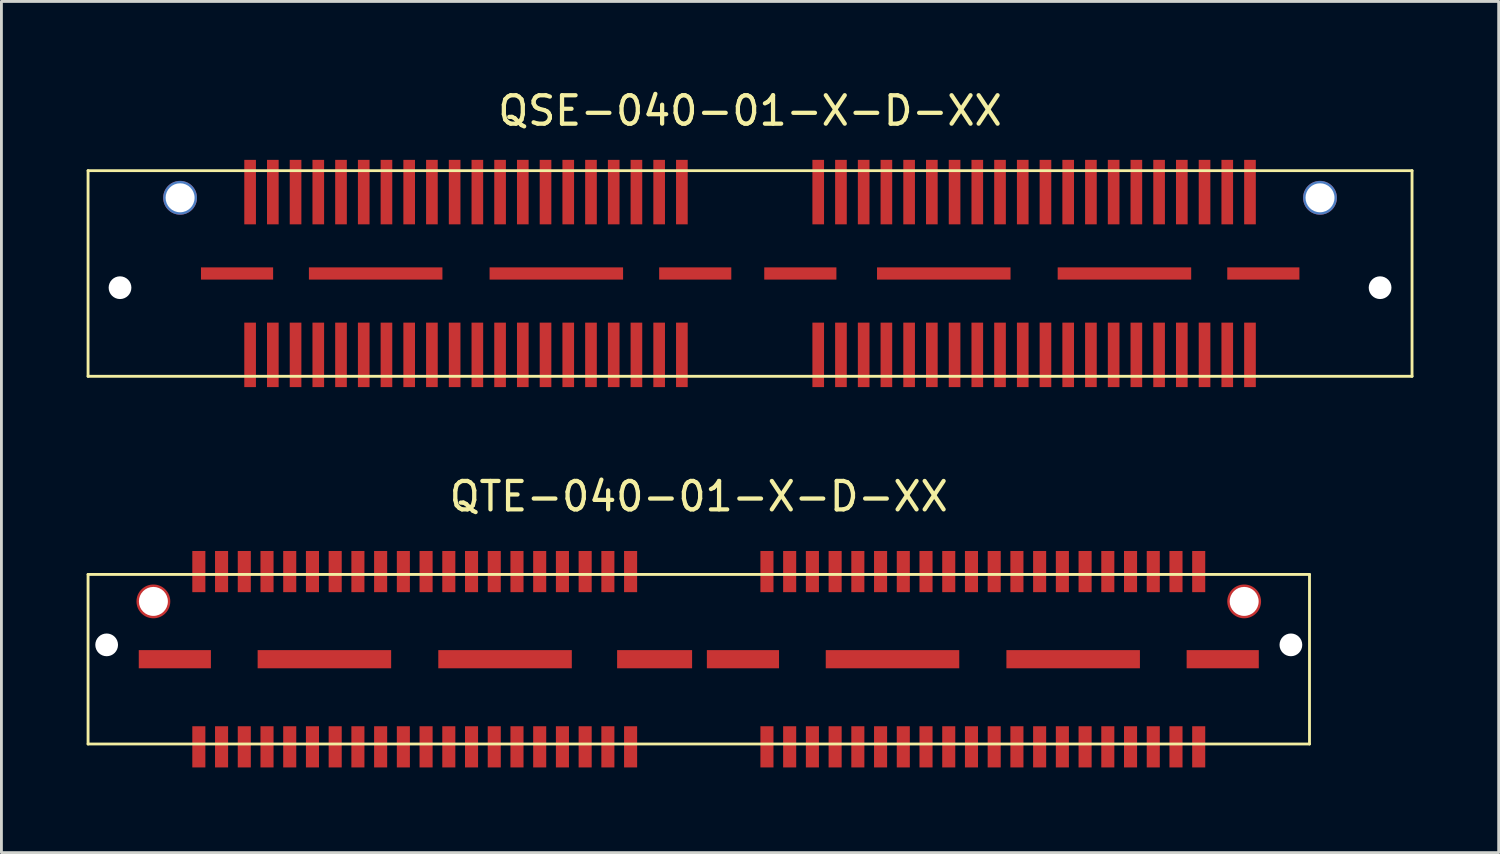
<source format=kicad_pcb>
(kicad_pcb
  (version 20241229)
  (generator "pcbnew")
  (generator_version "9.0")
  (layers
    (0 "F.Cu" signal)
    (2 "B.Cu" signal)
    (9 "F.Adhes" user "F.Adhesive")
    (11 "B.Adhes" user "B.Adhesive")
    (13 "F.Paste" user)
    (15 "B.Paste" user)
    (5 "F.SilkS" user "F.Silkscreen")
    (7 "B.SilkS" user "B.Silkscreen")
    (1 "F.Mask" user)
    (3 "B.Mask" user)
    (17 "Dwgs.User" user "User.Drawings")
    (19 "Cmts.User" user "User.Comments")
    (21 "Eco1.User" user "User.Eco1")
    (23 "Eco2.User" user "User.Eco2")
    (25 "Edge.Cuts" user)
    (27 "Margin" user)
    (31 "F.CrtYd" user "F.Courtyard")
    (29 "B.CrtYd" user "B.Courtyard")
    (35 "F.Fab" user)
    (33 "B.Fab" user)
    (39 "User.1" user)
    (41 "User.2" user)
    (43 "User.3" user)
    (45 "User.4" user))
  (footprint "QSE-040-01-X-D-XX"
    (layer "F.Cu")
    (at 23.355 6.578)
    (property "Reference" "QSE-040-01-X-D-XX" (at 0 -5.73 0) (layer "F.SilkS") (effects (font (size 1 1) (thickness 0.15))))
    (attr through_hole)
    (fp_line (start -23.305 -3.62) (end -23.305 3.62) (stroke (width 0.1) (type solid)) (layer "F.SilkS"))
    (fp_line (start -23.305 -3.62) (end 23.305 -3.62) (stroke (width 0.1) (type solid)) (layer "F.SilkS"))
    (fp_line (start 23.305 -3.62) (end 23.305 3.62) (stroke (width 0.1) (type solid)) (layer "F.SilkS"))
    (fp_line (start 23.305 3.62) (end -23.305 3.62) (stroke (width 0.1) (type solid)) (layer "F.SilkS"))
    (pad "" np_thru_hole circle (at -22.18 0.5) (size 0.8 0.8) (drill 0.8) (layers "*.Cu" "*.Mask"))
    (pad "" np_thru_hole circle (at -20.065 -2.665) (size 1.19 1.19) (drill 1.02) (layers "*.Cu" "*.Mask"))
    (pad "" np_thru_hole circle (at 20.065 -2.665) (size 1.19 1.19) (drill 1.02) (layers "*.Cu" "*.Mask"))
    (pad "" np_thru_hole circle (at 22.18 0.5) (size 0.8 0.8) (drill 0.8) (layers "*.Cu" "*.Mask"))
    (pad "1" smd rect (at -17.6 2.865) (size 0.41 2.27) (layers "F.Cu" "F.Mask" "F.Paste"))
    (pad "2" smd rect (at -17.6 -2.865) (size 0.41 2.27) (layers "F.Cu" "F.Mask" "F.Paste"))
    (pad "3" smd rect (at -16.8 2.865) (size 0.41 2.27) (layers "F.Cu" "F.Mask" "F.Paste"))
    (pad "4" smd rect (at -16.8 -2.865) (size 0.41 2.27) (layers "F.Cu" "F.Mask" "F.Paste"))
    (pad "5" smd rect (at -16 2.865) (size 0.41 2.27) (layers "F.Cu" "F.Mask" "F.Paste"))
    (pad "6" smd rect (at -16 -2.865) (size 0.41 2.27) (layers "F.Cu" "F.Mask" "F.Paste"))
    (pad "7" smd rect (at -15.2 2.865) (size 0.41 2.27) (layers "F.Cu" "F.Mask" "F.Paste"))
    (pad "8" smd rect (at -15.2 -2.865) (size 0.41 2.27) (layers "F.Cu" "F.Mask" "F.Paste"))
    (pad "9" smd rect (at -14.4 2.865) (size 0.41 2.27) (layers "F.Cu" "F.Mask" "F.Paste"))
    (pad "10" smd rect (at -14.4 -2.865) (size 0.41 2.27) (layers "F.Cu" "F.Mask" "F.Paste"))
    (pad "11" smd rect (at -13.6 2.865) (size 0.41 2.27) (layers "F.Cu" "F.Mask" "F.Paste"))
    (pad "12" smd rect (at -13.6 -2.865) (size 0.41 2.27) (layers "F.Cu" "F.Mask" "F.Paste"))
    (pad "13" smd rect (at -12.8 2.865) (size 0.41 2.27) (layers "F.Cu" "F.Mask" "F.Paste"))
    (pad "14" smd rect (at -12.8 -2.865) (size 0.41 2.27) (layers "F.Cu" "F.Mask" "F.Paste"))
    (pad "15" smd rect (at -12 2.865) (size 0.41 2.27) (layers "F.Cu" "F.Mask" "F.Paste"))
    (pad "16" smd rect (at -12 -2.865) (size 0.41 2.27) (layers "F.Cu" "F.Mask" "F.Paste"))
    (pad "17" smd rect (at -11.2 2.865) (size 0.41 2.27) (layers "F.Cu" "F.Mask" "F.Paste"))
    (pad "18" smd rect (at -11.2 -2.865) (size 0.41 2.27) (layers "F.Cu" "F.Mask" "F.Paste"))
    (pad "19" smd rect (at -10.4 2.865) (size 0.41 2.27) (layers "F.Cu" "F.Mask" "F.Paste"))
    (pad "20" smd rect (at -10.4 -2.865) (size 0.41 2.27) (layers "F.Cu" "F.Mask" "F.Paste"))
    (pad "21" smd rect (at -9.6 2.865) (size 0.41 2.27) (layers "F.Cu" "F.Mask" "F.Paste"))
    (pad "22" smd rect (at -9.6 -2.865) (size 0.41 2.27) (layers "F.Cu" "F.Mask" "F.Paste"))
    (pad "23" smd rect (at -8.8 2.865) (size 0.41 2.27) (layers "F.Cu" "F.Mask" "F.Paste"))
    (pad "24" smd rect (at -8.8 -2.865) (size 0.41 2.27) (layers "F.Cu" "F.Mask" "F.Paste"))
    (pad "25" smd rect (at -8 2.865) (size 0.41 2.27) (layers "F.Cu" "F.Mask" "F.Paste"))
    (pad "26" smd rect (at -8 -2.865) (size 0.41 2.27) (layers "F.Cu" "F.Mask" "F.Paste"))
    (pad "27" smd rect (at -7.2 2.865) (size 0.41 2.27) (layers "F.Cu" "F.Mask" "F.Paste"))
    (pad "28" smd rect (at -7.2 -2.865) (size 0.41 2.27) (layers "F.Cu" "F.Mask" "F.Paste"))
    (pad "29" smd rect (at -6.4 2.865) (size 0.41 2.27) (layers "F.Cu" "F.Mask" "F.Paste"))
    (pad "30" smd rect (at -6.4 -2.865) (size 0.41 2.27) (layers "F.Cu" "F.Mask" "F.Paste"))
    (pad "31" smd rect (at -5.6 2.865) (size 0.41 2.27) (layers "F.Cu" "F.Mask" "F.Paste"))
    (pad "32" smd rect (at -5.6 -2.865) (size 0.41 2.27) (layers "F.Cu" "F.Mask" "F.Paste"))
    (pad "33" smd rect (at -4.8 2.865) (size 0.41 2.27) (layers "F.Cu" "F.Mask" "F.Paste"))
    (pad "34" smd rect (at -4.8 -2.865) (size 0.41 2.27) (layers "F.Cu" "F.Mask" "F.Paste"))
    (pad "35" smd rect (at -4 2.865) (size 0.41 2.27) (layers "F.Cu" "F.Mask" "F.Paste"))
    (pad "36" smd rect (at -4 -2.865) (size 0.41 2.27) (layers "F.Cu" "F.Mask" "F.Paste"))
    (pad "37" smd rect (at -3.2 2.865) (size 0.41 2.27) (layers "F.Cu" "F.Mask" "F.Paste"))
    (pad "38" smd rect (at -3.2 -2.865) (size 0.41 2.27) (layers "F.Cu" "F.Mask" "F.Paste"))
    (pad "39" smd rect (at -2.4 2.865) (size 0.41 2.27) (layers "F.Cu" "F.Mask" "F.Paste"))
    (pad "40" smd rect (at -2.4 -2.865) (size 0.41 2.27) (layers "F.Cu" "F.Mask" "F.Paste"))
    (pad "41" smd rect (at 2.4 2.865) (size 0.41 2.27) (layers "F.Cu" "F.Mask" "F.Paste"))
    (pad "42" smd rect (at 2.4 -2.865) (size 0.41 2.27) (layers "F.Cu" "F.Mask" "F.Paste"))
    (pad "43" smd rect (at 3.2 2.865) (size 0.41 2.27) (layers "F.Cu" "F.Mask" "F.Paste"))
    (pad "44" smd rect (at 3.2 -2.865) (size 0.41 2.27) (layers "F.Cu" "F.Mask" "F.Paste"))
    (pad "45" smd rect (at 4 2.865) (size 0.41 2.27) (layers "F.Cu" "F.Mask" "F.Paste"))
    (pad "46" smd rect (at 4 -2.865) (size 0.41 2.27) (layers "F.Cu" "F.Mask" "F.Paste"))
    (pad "47" smd rect (at 4.8 2.865) (size 0.41 2.27) (layers "F.Cu" "F.Mask" "F.Paste"))
    (pad "48" smd rect (at 4.8 -2.865) (size 0.41 2.27) (layers "F.Cu" "F.Mask" "F.Paste"))
    (pad "49" smd rect (at 5.6 2.865) (size 0.41 2.27) (layers "F.Cu" "F.Mask" "F.Paste"))
    (pad "50" smd rect (at 5.6 -2.865) (size 0.41 2.27) (layers "F.Cu" "F.Mask" "F.Paste"))
    (pad "51" smd rect (at 6.4 2.865) (size 0.41 2.27) (layers "F.Cu" "F.Mask" "F.Paste"))
    (pad "52" smd rect (at 6.4 -2.865) (size 0.41 2.27) (layers "F.Cu" "F.Mask" "F.Paste"))
    (pad "53" smd rect (at 7.2 2.865) (size 0.41 2.27) (layers "F.Cu" "F.Mask" "F.Paste"))
    (pad "54" smd rect (at 7.2 -2.865) (size 0.41 2.27) (layers "F.Cu" "F.Mask" "F.Paste"))
    (pad "55" smd rect (at 8 2.865) (size 0.41 2.27) (layers "F.Cu" "F.Mask" "F.Paste"))
    (pad "56" smd rect (at 8 -2.865) (size 0.41 2.27) (layers "F.Cu" "F.Mask" "F.Paste"))
    (pad "57" smd rect (at 8.8 2.865) (size 0.41 2.27) (layers "F.Cu" "F.Mask" "F.Paste"))
    (pad "58" smd rect (at 8.8 -2.865) (size 0.41 2.27) (layers "F.Cu" "F.Mask" "F.Paste"))
    (pad "59" smd rect (at 9.6 2.865) (size 0.41 2.27) (layers "F.Cu" "F.Mask" "F.Paste"))
    (pad "60" smd rect (at 9.6 -2.865) (size 0.41 2.27) (layers "F.Cu" "F.Mask" "F.Paste"))
    (pad "61" smd rect (at 10.4 2.865) (size 0.41 2.27) (layers "F.Cu" "F.Mask" "F.Paste"))
    (pad "62" smd rect (at 10.4 -2.865) (size 0.41 2.27) (layers "F.Cu" "F.Mask" "F.Paste"))
    (pad "63" smd rect (at 11.2 2.865) (size 0.41 2.27) (layers "F.Cu" "F.Mask" "F.Paste"))
    (pad "64" smd rect (at 11.2 -2.865) (size 0.41 2.27) (layers "F.Cu" "F.Mask" "F.Paste"))
    (pad "65" smd rect (at 12 2.865) (size 0.41 2.27) (layers "F.Cu" "F.Mask" "F.Paste"))
    (pad "66" smd rect (at 12 -2.865) (size 0.41 2.27) (layers "F.Cu" "F.Mask" "F.Paste"))
    (pad "67" smd rect (at 12.8 2.865) (size 0.41 2.27) (layers "F.Cu" "F.Mask" "F.Paste"))
    (pad "68" smd rect (at 12.8 -2.865) (size 0.41 2.27) (layers "F.Cu" "F.Mask" "F.Paste"))
    (pad "69" smd rect (at 13.6 2.865) (size 0.41 2.27) (layers "F.Cu" "F.Mask" "F.Paste"))
    (pad "70" smd rect (at 13.6 -2.865) (size 0.41 2.27) (layers "F.Cu" "F.Mask" "F.Paste"))
    (pad "71" smd rect (at 14.4 2.865) (size 0.41 2.27) (layers "F.Cu" "F.Mask" "F.Paste"))
    (pad "72" smd rect (at 14.4 -2.865) (size 0.41 2.27) (layers "F.Cu" "F.Mask" "F.Paste"))
    (pad "73" smd rect (at 15.2 2.865) (size 0.41 2.27) (layers "F.Cu" "F.Mask" "F.Paste"))
    (pad "74" smd rect (at 15.2 -2.865) (size 0.41 2.27) (layers "F.Cu" "F.Mask" "F.Paste"))
    (pad "75" smd rect (at 16 2.865) (size 0.41 2.27) (layers "F.Cu" "F.Mask" "F.Paste"))
    (pad "76" smd rect (at 16 -2.865) (size 0.41 2.27) (layers "F.Cu" "F.Mask" "F.Paste"))
    (pad "77" smd rect (at 16.8 2.865) (size 0.41 2.27) (layers "F.Cu" "F.Mask" "F.Paste"))
    (pad "78" smd rect (at 16.8 -2.865) (size 0.41 2.27) (layers "F.Cu" "F.Mask" "F.Paste"))
    (pad "79" smd rect (at 17.6 2.865) (size 0.41 2.27) (layers "F.Cu" "F.Mask" "F.Paste"))
    (pad "80" smd rect (at 17.6 -2.865) (size 0.41 2.27) (layers "F.Cu" "F.Mask" "F.Paste"))
    (pad "S" smd rect (at -18.06 0) (size 2.54 0.43) (layers "F.Cu" "F.Mask" "F.Paste"))
    (pad "S" smd rect (at -13.18 0) (size 4.7 0.43) (layers "F.Cu" "F.Mask" "F.Paste"))
    (pad "S" smd rect (at -6.82 0) (size 4.7 0.43) (layers "F.Cu" "F.Mask" "F.Paste"))
    (pad "S" smd rect (at -1.93 0) (size 2.54 0.43) (layers "F.Cu" "F.Mask" "F.Paste"))
    (pad "S" smd rect (at 1.77 0) (size 2.54 0.43) (layers "F.Cu" "F.Mask" "F.Paste"))
    (pad "S" smd rect (at 6.82 0) (size 4.7 0.43) (layers "F.Cu" "F.Mask" "F.Paste"))
    (pad "S" smd rect (at 13.18 0) (size 4.7 0.43) (layers "F.Cu" "F.Mask" "F.Paste"))
    (pad "S" smd rect (at 18.07 0) (size 2.54 0.43) (layers "F.Cu" "F.Mask" "F.Paste")))
  (footprint "QTE-040-01-X-D-XX"
    (layer "F.Cu")
    (at 21.55 20.157)
    (property "Reference" "QTE-040-01-X-D-XX" (at 0 -5.73 0) (layer "F.SilkS") (effects (font (size 1 1) (thickness 0.15))))
    (attr through_hole)
    (fp_line (start -21.5 -2.985) (end -21.5 2.985) (stroke (width 0.1) (type solid)) (layer "F.SilkS"))
    (fp_line (start -21.5 -2.985) (end 21.5 -2.985) (stroke (width 0.1) (type solid)) (layer "F.SilkS"))
    (fp_line (start 21.5 -2.985) (end 21.5 2.985) (stroke (width 0.1) (type solid)) (layer "F.SilkS"))
    (fp_line (start 21.5 2.985) (end -21.5 2.985) (stroke (width 0.1) (type solid)) (layer "F.SilkS"))
    (pad "" np_thru_hole circle (at -20.845 -0.505) (size 0.8 0.8) (drill 0.8) (layers "*.Mask" "F.Cu"))
    (pad "" np_thru_hole circle (at -19.2 -2.035) (size 1.19 1.19) (drill 1.02) (layers "*.Mask" "F.Cu"))
    (pad "" np_thru_hole circle (at 19.2 -2.035) (size 1.19 1.19) (drill 1.02) (layers "*.Mask" "F.Cu"))
    (pad "" np_thru_hole circle (at 20.845 -0.505) (size 0.8 0.8) (drill 0.8) (layers "*.Mask" "F.Cu"))
    (pad "1" smd rect (at -17.6 -3.085) (size 0.46 1.45) (layers "F.Cu" "F.Mask" "F.Paste"))
    (pad "2" smd rect (at -17.6 3.085) (size 0.46 1.45) (layers "F.Cu" "F.Mask" "F.Paste"))
    (pad "3" smd rect (at -16.8 -3.085) (size 0.46 1.45) (layers "F.Cu" "F.Mask" "F.Paste"))
    (pad "4" smd rect (at -16.8 3.085) (size 0.46 1.45) (layers "F.Cu" "F.Mask" "F.Paste"))
    (pad "5" smd rect (at -16 -3.085) (size 0.46 1.45) (layers "F.Cu" "F.Mask" "F.Paste"))
    (pad "6" smd rect (at -16 3.085) (size 0.46 1.45) (layers "F.Cu" "F.Mask" "F.Paste"))
    (pad "7" smd rect (at -15.2 -3.085) (size 0.46 1.45) (layers "F.Cu" "F.Mask" "F.Paste"))
    (pad "8" smd rect (at -15.2 3.085) (size 0.46 1.45) (layers "F.Cu" "F.Mask" "F.Paste"))
    (pad "9" smd rect (at -14.4 -3.085) (size 0.46 1.45) (layers "F.Cu" "F.Mask" "F.Paste"))
    (pad "10" smd rect (at -14.4 3.085) (size 0.46 1.45) (layers "F.Cu" "F.Mask" "F.Paste"))
    (pad "11" smd rect (at -13.6 -3.085) (size 0.46 1.45) (layers "F.Cu" "F.Mask" "F.Paste"))
    (pad "12" smd rect (at -13.6 3.085) (size 0.46 1.45) (layers "F.Cu" "F.Mask" "F.Paste"))
    (pad "13" smd rect (at -12.8 -3.085) (size 0.46 1.45) (layers "F.Cu" "F.Mask" "F.Paste"))
    (pad "14" smd rect (at -12.8 3.085) (size 0.46 1.45) (layers "F.Cu" "F.Mask" "F.Paste"))
    (pad "15" smd rect (at -12 -3.085) (size 0.46 1.45) (layers "F.Cu" "F.Mask" "F.Paste"))
    (pad "16" smd rect (at -12 3.085) (size 0.46 1.45) (layers "F.Cu" "F.Mask" "F.Paste"))
    (pad "17" smd rect (at -11.2 -3.085) (size 0.46 1.45) (layers "F.Cu" "F.Mask" "F.Paste"))
    (pad "18" smd rect (at -11.2 3.085) (size 0.46 1.45) (layers "F.Cu" "F.Mask" "F.Paste"))
    (pad "19" smd rect (at -10.4 -3.085) (size 0.46 1.45) (layers "F.Cu" "F.Mask" "F.Paste"))
    (pad "20" smd rect (at -10.4 3.085) (size 0.46 1.45) (layers "F.Cu" "F.Mask" "F.Paste"))
    (pad "21" smd rect (at -9.6 -3.085) (size 0.46 1.45) (layers "F.Cu" "F.Mask" "F.Paste"))
    (pad "22" smd rect (at -9.6 3.085) (size 0.46 1.45) (layers "F.Cu" "F.Mask" "F.Paste"))
    (pad "23" smd rect (at -8.8 -3.085) (size 0.46 1.45) (layers "F.Cu" "F.Mask" "F.Paste"))
    (pad "24" smd rect (at -8.8 3.085) (size 0.46 1.45) (layers "F.Cu" "F.Mask" "F.Paste"))
    (pad "25" smd rect (at -8 -3.085) (size 0.46 1.45) (layers "F.Cu" "F.Mask" "F.Paste"))
    (pad "26" smd rect (at -8 3.085) (size 0.46 1.45) (layers "F.Cu" "F.Mask" "F.Paste"))
    (pad "27" smd rect (at -7.2 -3.085) (size 0.46 1.45) (layers "F.Cu" "F.Mask" "F.Paste"))
    (pad "28" smd rect (at -7.2 3.085) (size 0.46 1.45) (layers "F.Cu" "F.Mask" "F.Paste"))
    (pad "29" smd rect (at -6.4 -3.085) (size 0.46 1.45) (layers "F.Cu" "F.Mask" "F.Paste"))
    (pad "30" smd rect (at -6.4 3.085) (size 0.46 1.45) (layers "F.Cu" "F.Mask" "F.Paste"))
    (pad "31" smd rect (at -5.6 -3.085) (size 0.46 1.45) (layers "F.Cu" "F.Mask" "F.Paste"))
    (pad "32" smd rect (at -5.6 3.085) (size 0.46 1.45) (layers "F.Cu" "F.Mask" "F.Paste"))
    (pad "33" smd rect (at -4.8 -3.085) (size 0.46 1.45) (layers "F.Cu" "F.Mask" "F.Paste"))
    (pad "34" smd rect (at -4.8 3.085) (size 0.46 1.45) (layers "F.Cu" "F.Mask" "F.Paste"))
    (pad "35" smd rect (at -4 -3.085) (size 0.46 1.45) (layers "F.Cu" "F.Mask" "F.Paste"))
    (pad "36" smd rect (at -4 3.085) (size 0.46 1.45) (layers "F.Cu" "F.Mask" "F.Paste"))
    (pad "37" smd rect (at -3.2 -3.085) (size 0.46 1.45) (layers "F.Cu" "F.Mask" "F.Paste"))
    (pad "38" smd rect (at -3.2 3.085) (size 0.46 1.45) (layers "F.Cu" "F.Mask" "F.Paste"))
    (pad "39" smd rect (at -2.4 -3.085) (size 0.46 1.45) (layers "F.Cu" "F.Mask" "F.Paste"))
    (pad "40" smd rect (at -2.4 3.085) (size 0.46 1.45) (layers "F.Cu" "F.Mask" "F.Paste"))
    (pad "41" smd rect (at 2.4 -3.085) (size 0.46 1.45) (layers "F.Cu" "F.Mask" "F.Paste"))
    (pad "42" smd rect (at 2.4 3.085) (size 0.46 1.45) (layers "F.Cu" "F.Mask" "F.Paste"))
    (pad "43" smd rect (at 3.2 -3.085) (size 0.46 1.45) (layers "F.Cu" "F.Mask" "F.Paste"))
    (pad "44" smd rect (at 3.2 3.085) (size 0.46 1.45) (layers "F.Cu" "F.Mask" "F.Paste"))
    (pad "45" smd rect (at 4 -3.085) (size 0.46 1.45) (layers "F.Cu" "F.Mask" "F.Paste"))
    (pad "46" smd rect (at 4 3.085) (size 0.46 1.45) (layers "F.Cu" "F.Mask" "F.Paste"))
    (pad "47" smd rect (at 4.8 -3.085) (size 0.46 1.45) (layers "F.Cu" "F.Mask" "F.Paste"))
    (pad "48" smd rect (at 4.8 3.085) (size 0.46 1.45) (layers "F.Cu" "F.Mask" "F.Paste"))
    (pad "49" smd rect (at 5.6 -3.085) (size 0.46 1.45) (layers "F.Cu" "F.Mask" "F.Paste"))
    (pad "50" smd rect (at 5.6 3.085) (size 0.46 1.45) (layers "F.Cu" "F.Mask" "F.Paste"))
    (pad "51" smd rect (at 6.4 -3.085) (size 0.46 1.45) (layers "F.Cu" "F.Mask" "F.Paste"))
    (pad "52" smd rect (at 6.4 3.085) (size 0.46 1.45) (layers "F.Cu" "F.Mask" "F.Paste"))
    (pad "53" smd rect (at 7.2 -3.085) (size 0.46 1.45) (layers "F.Cu" "F.Mask" "F.Paste"))
    (pad "54" smd rect (at 7.2 3.085) (size 0.46 1.45) (layers "F.Cu" "F.Mask" "F.Paste"))
    (pad "55" smd rect (at 8 -3.085) (size 0.46 1.45) (layers "F.Cu" "F.Mask" "F.Paste"))
    (pad "56" smd rect (at 8 3.085) (size 0.46 1.45) (layers "F.Cu" "F.Mask" "F.Paste"))
    (pad "57" smd rect (at 8.8 -3.085) (size 0.46 1.45) (layers "F.Cu" "F.Mask" "F.Paste"))
    (pad "58" smd rect (at 8.8 3.085) (size 0.46 1.45) (layers "F.Cu" "F.Mask" "F.Paste"))
    (pad "59" smd rect (at 9.6 -3.085) (size 0.46 1.45) (layers "F.Cu" "F.Mask" "F.Paste"))
    (pad "60" smd rect (at 9.6 3.085) (size 0.46 1.45) (layers "F.Cu" "F.Mask" "F.Paste"))
    (pad "61" smd rect (at 10.4 -3.085) (size 0.46 1.45) (layers "F.Cu" "F.Mask" "F.Paste"))
    (pad "62" smd rect (at 10.4 3.085) (size 0.46 1.45) (layers "F.Cu" "F.Mask" "F.Paste"))
    (pad "63" smd rect (at 11.2 -3.085) (size 0.46 1.45) (layers "F.Cu" "F.Mask" "F.Paste"))
    (pad "64" smd rect (at 11.2 3.085) (size 0.46 1.45) (layers "F.Cu" "F.Mask" "F.Paste"))
    (pad "65" smd rect (at 12 -3.085) (size 0.46 1.45) (layers "F.Cu" "F.Mask" "F.Paste"))
    (pad "66" smd rect (at 12 3.085) (size 0.46 1.45) (layers "F.Cu" "F.Mask" "F.Paste"))
    (pad "67" smd rect (at 12.8 -3.085) (size 0.46 1.45) (layers "F.Cu" "F.Mask" "F.Paste"))
    (pad "68" smd rect (at 12.8 3.085) (size 0.46 1.45) (layers "F.Cu" "F.Mask" "F.Paste"))
    (pad "69" smd rect (at 13.6 -3.085) (size 0.46 1.45) (layers "F.Cu" "F.Mask" "F.Paste"))
    (pad "70" smd rect (at 13.6 3.085) (size 0.46 1.45) (layers "F.Cu" "F.Mask" "F.Paste"))
    (pad "71" smd rect (at 14.4 -3.085) (size 0.46 1.45) (layers "F.Cu" "F.Mask" "F.Paste"))
    (pad "72" smd rect (at 14.4 3.085) (size 0.46 1.45) (layers "F.Cu" "F.Mask" "F.Paste"))
    (pad "73" smd rect (at 15.2 -3.085) (size 0.46 1.45) (layers "F.Cu" "F.Mask" "F.Paste"))
    (pad "74" smd rect (at 15.2 3.085) (size 0.46 1.45) (layers "F.Cu" "F.Mask" "F.Paste"))
    (pad "75" smd rect (at 16 -3.085) (size 0.46 1.45) (layers "F.Cu" "F.Mask" "F.Paste"))
    (pad "76" smd rect (at 16 3.085) (size 0.46 1.45) (layers "F.Cu" "F.Mask" "F.Paste"))
    (pad "77" smd rect (at 16.8 -3.085) (size 0.46 1.45) (layers "F.Cu" "F.Mask" "F.Paste"))
    (pad "78" smd rect (at 16.8 3.085) (size 0.46 1.45) (layers "F.Cu" "F.Mask" "F.Paste"))
    (pad "79" smd rect (at 17.6 -3.085) (size 0.46 1.45) (layers "F.Cu" "F.Mask" "F.Paste"))
    (pad "80" smd rect (at 17.6 3.085) (size 0.46 1.45) (layers "F.Cu" "F.Mask" "F.Paste"))
    (pad "S" smd rect (at -18.445 0) (size 2.54 0.64) (layers "F.Cu" "F.Mask" "F.Paste"))
    (pad "S" smd rect (at -13.18 0) (size 4.7 0.64) (layers "F.Cu" "F.Mask" "F.Paste"))
    (pad "S" smd rect (at -6.82 0) (size 4.7 0.64) (layers "F.Cu" "F.Mask" "F.Paste"))
    (pad "S" smd rect (at -1.555 0) (size 2.64 0.64) (layers "F.Cu" "F.Mask" "F.Paste"))
    (pad "S" smd rect (at 1.555 0) (size 2.54 0.64) (layers "F.Cu" "F.Mask" "F.Paste"))
    (pad "S" smd rect (at 6.82 0) (size 4.7 0.64) (layers "F.Cu" "F.Mask" "F.Paste"))
    (pad "S" smd rect (at 13.18 0) (size 4.7 0.64) (layers "F.Cu" "F.Mask" "F.Paste"))
    (pad "S" smd rect (at 18.445 0) (size 2.54 0.64) (layers "F.Cu" "F.Mask" "F.Paste")))
  (gr_rect
    (start -3 -3)
    (end 49.71 26.966)
    (stroke (width 0.1) (type default))
    (fill no)
    (layer "Edge.Cuts")))
</source>
